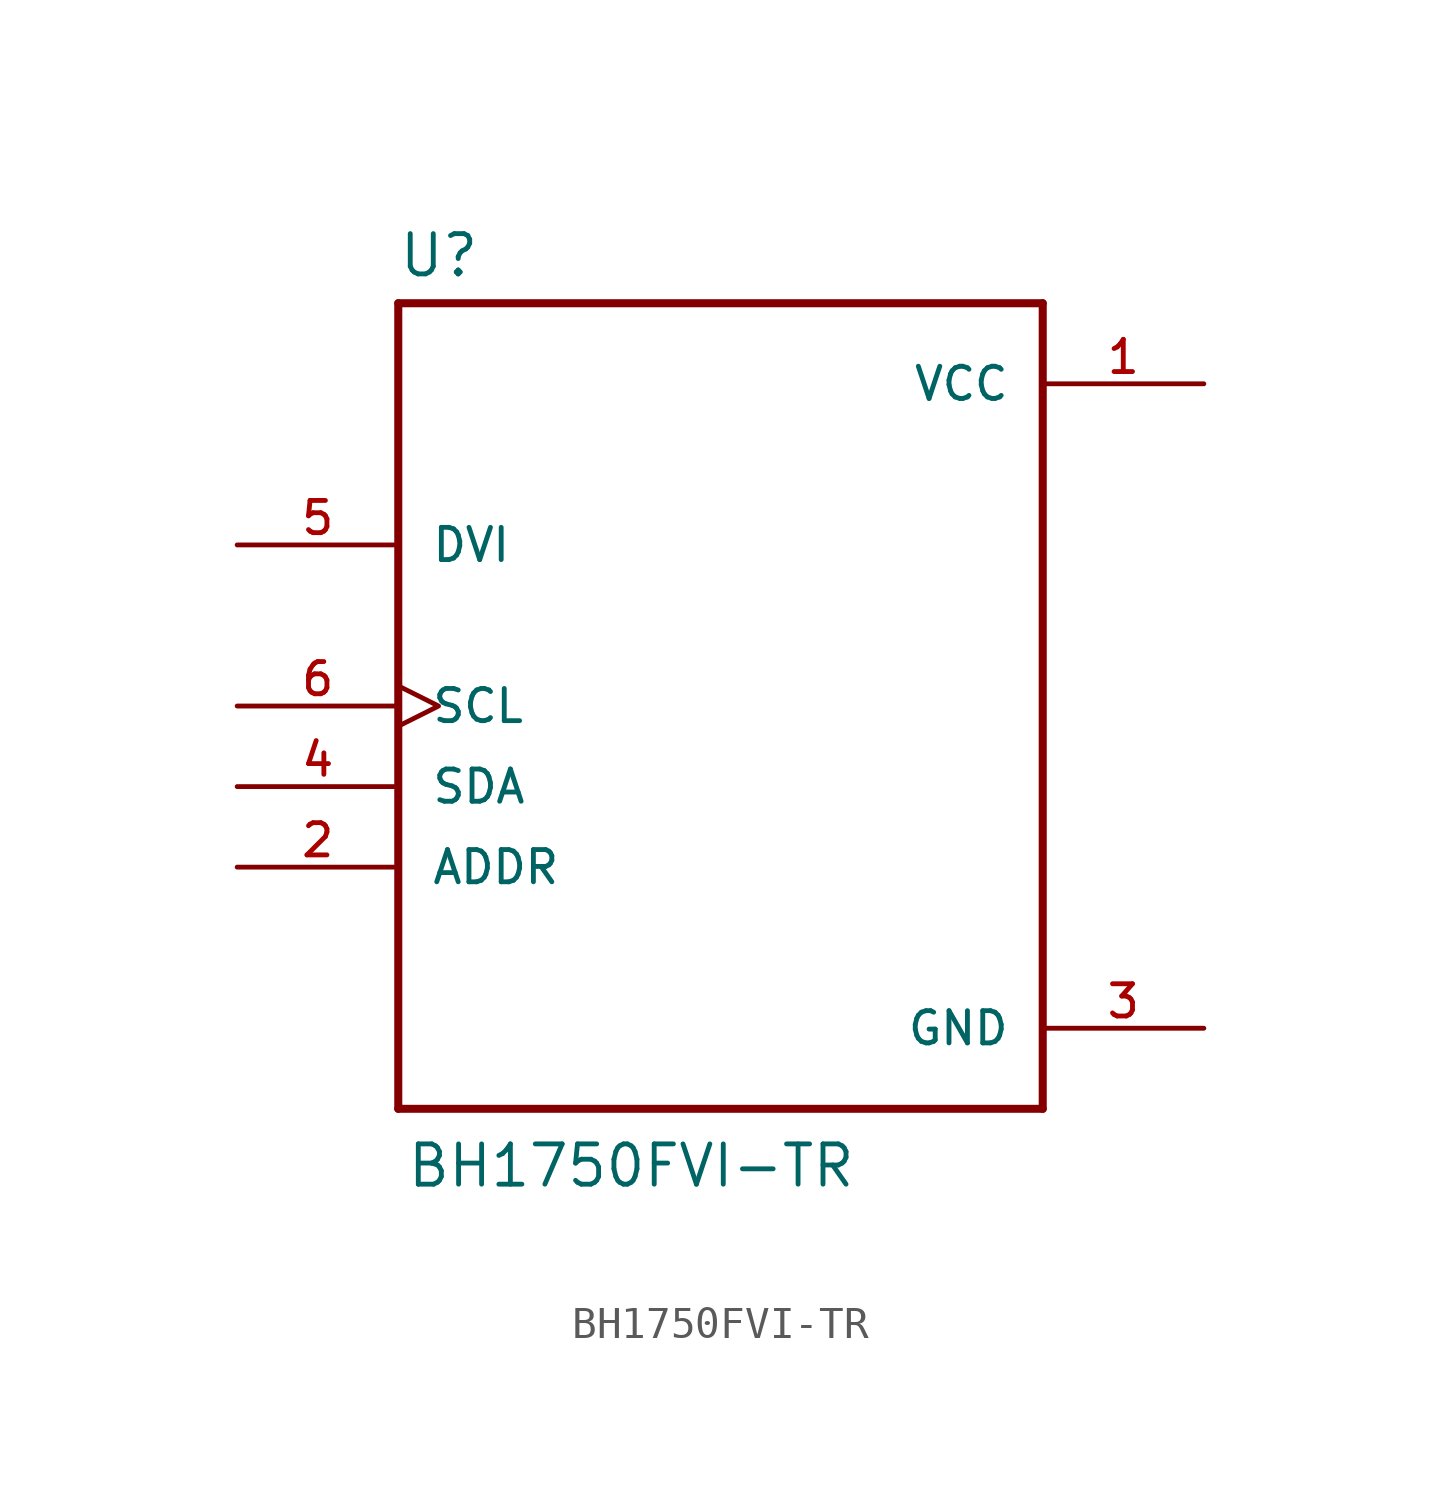
<source format=kicad_sym>
(kicad_symbol_lib
  (version 20211014)
  (generator kicad_symbol_editor)
  (symbol "BH1750FVI-TR"
    (pin_names
      (offset 1.016))
    (property "Reference" "U"
      (at -10.185 13.462 0)
      (effects (font (size 1.27 1.27)) (justify left bottom)))
    (property "Value" "BH1750FVI-TR"
      (at -9.931 -15.24 0)
      (effects (font (size 1.27 1.27)) (justify left bottom)))
    (symbol "BH1750FVI-TR_0_0"
      (polyline (pts (xy -10.16 -12.7) (xy 10.16 -12.7)) (stroke (width 0.254) (type default) (color 0 0 0 0)) (fill (type none)))
      (polyline (pts (xy -10.16 12.7) (xy -10.16 -12.7)) (stroke (width 0.254) (type default) (color 0 0 0 0)) (fill (type none)))
      (polyline (pts (xy 10.16 -12.7) (xy 10.16 12.7)) (stroke (width 0.254) (type default) (color 0 0 0 0)) (fill (type none)))
      (polyline (pts (xy 10.16 12.7) (xy -10.16 12.7)) (stroke (width 0.254) (type default) (color 0 0 0 0)) (fill (type none)))
      (pin power_in line (at 15.24 10.16 180) (length 5.08) (name "VCC" (effects (font (size 1.016 1.016)))) (number "1" (effects (font (size 1.016 1.016)))))
      (pin input line (at -15.24 -5.08 0) (length 5.08) (name "ADDR" (effects (font (size 1.016 1.016)))) (number "2" (effects (font (size 1.016 1.016)))))
      (pin power_in line (at 15.24 -10.16 180) (length 5.08) (name "GND" (effects (font (size 1.016 1.016)))) (number "3" (effects (font (size 1.016 1.016)))))
      (pin bidirectional line (at -15.24 -2.54 0) (length 5.08) (name "SDA" (effects (font (size 1.016 1.016)))) (number "4" (effects (font (size 1.016 1.016)))))
      (pin input line (at -15.24 5.08 0) (length 5.08) (name "DVI" (effects (font (size 1.016 1.016)))) (number "5" (effects (font (size 1.016 1.016)))))
      (pin input clock (at -15.24 0 0) (length 5.08) (name "SCL" (effects (font (size 1.016 1.016)))) (number "6" (effects (font (size 1.016 1.016))))))))
</source>
